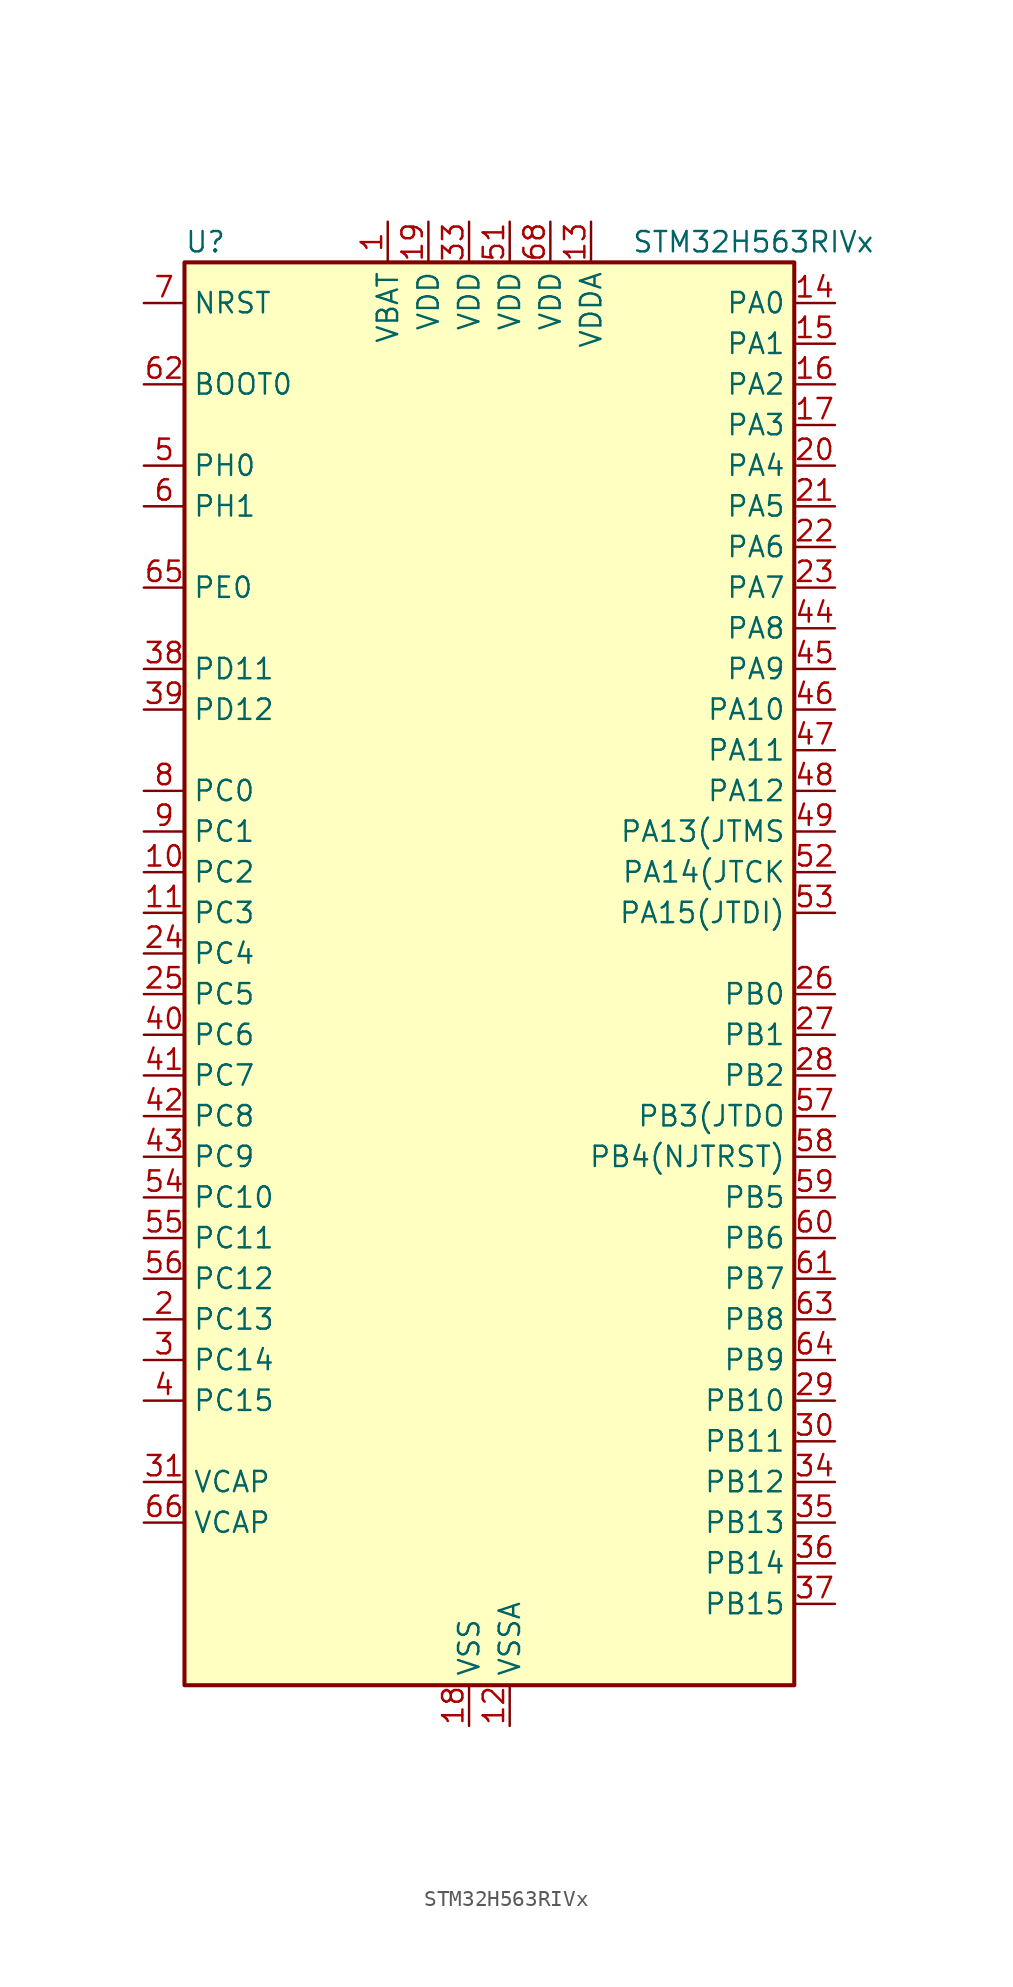
<source format=kicad_sym>
(kicad_symbol_lib
  (version 20231120)
  (generator "kicad-library-utils")
  (generator_version "8.0")
  (symbol "STM32H563RIVx"
    (property "Reference" "U"
      (at -17.78 46.99 0)
      (effects (font (size 1.27 1.27)) (justify left)))
    (property "Value" "STM32H563RIVx"
      (at 10.16 46.99 0)
      (effects (font (size 1.27 1.27)) (justify left)))
    (symbol "STM32H563RIVx_0_1"
      (rectangle (start -17.78 -43.18) (end 20.32 45.72) (stroke (width 0.254) (type default)) (fill (type background))))
    (symbol "STM32H563RIVx_1_1"
      (pin power_in line (at -5.08 48.26 270) (length 2.54) (name "VBAT" (effects (font (size 1.27 1.27)))) (number "1" (effects (font (size 1.27 1.27)))))
      (pin bidirectional line (at -20.32 7.62 0) (length 2.54) (name "PC2" (effects (font (size 1.27 1.27)))) (number "10" (effects (font (size 1.27 1.27)))) (alternate "ADC1_INN11" bidirectional line) (alternate "ADC1_INP12" bidirectional line) (alternate "ADC2_INN11" bidirectional line) (alternate "ADC2_INP12" bidirectional line) (alternate "ETH_TXD2" bidirectional line) (alternate "I2S2_SDI" bidirectional line) (alternate "OCTOSPI1_IO2" bidirectional line) (alternate "OCTOSPI1_IO5" bidirectional line) (alternate "PWR_CSLEEP" bidirectional line) (alternate "SPI2_MISO" bidirectional line) (alternate "TIM17_CH1" bidirectional line) (alternate "TIM4_CH4" bidirectional line))
      (pin bidirectional line (at -20.32 5.08 0) (length 2.54) (name "PC3" (effects (font (size 1.27 1.27)))) (number "11" (effects (font (size 1.27 1.27)))) (alternate "ADC1_INN12" bidirectional line) (alternate "ADC1_INP13" bidirectional line) (alternate "ADC2_INN12" bidirectional line) (alternate "ADC2_INP13" bidirectional line) (alternate "ETH_TX_CLK" bidirectional line) (alternate "I2S2_SDO" bidirectional line) (alternate "LPTIM3_CH1" bidirectional line) (alternate "OCTOSPI1_IO0" bidirectional line) (alternate "OCTOSPI1_IO6" bidirectional line) (alternate "PWR_CSTOP" bidirectional line) (alternate "SAI1_D3" bidirectional line) (alternate "SPI2_MOSI" bidirectional line))
      (pin power_in line (at 2.54 -45.72 90) (length 2.54) (name "VSSA" (effects (font (size 1.27 1.27)))) (number "12" (effects (font (size 1.27 1.27)))))
      (pin power_in line (at 7.62 48.26 270) (length 2.54) (name "VDDA" (effects (font (size 1.27 1.27)))) (number "13" (effects (font (size 1.27 1.27)))))
      (pin bidirectional line (at 22.86 43.18 180) (length 2.54) (name "PA0" (effects (font (size 1.27 1.27)))) (number "14" (effects (font (size 1.27 1.27)))) (alternate "ADC1_INN1" bidirectional line) (alternate "ADC1_INP0" bidirectional line) (alternate "ADC2_INN1" bidirectional line) (alternate "ADC2_INP0" bidirectional line) (alternate "ETH_CRS" bidirectional line) (alternate "PWR_WKUP1" bidirectional line) (alternate "SAI2_SD_B" bidirectional line) (alternate "SPI3_RDY" bidirectional line) (alternate "SPI6_NSS" bidirectional line) (alternate "TAMP_IN2" bidirectional line) (alternate "TAMP_OUT1" bidirectional line) (alternate "TIM15_BKIN" bidirectional line) (alternate "TIM2_CH1" bidirectional line) (alternate "TIM2_ETR" bidirectional line) (alternate "TIM5_CH1" bidirectional line) (alternate "TIM8_ETR" bidirectional line) (alternate "UART4_TX" bidirectional line) (alternate "USART2_CTS" bidirectional line) (alternate "USART2_NSS" bidirectional line))
      (pin bidirectional line (at 22.86 40.64 180) (length 2.54) (name "PA1" (effects (font (size 1.27 1.27)))) (number "15" (effects (font (size 1.27 1.27)))) (alternate "ADC1_INP1" bidirectional line) (alternate "ADC2_INP1" bidirectional line) (alternate "ETH_REF_CLK" bidirectional line) (alternate "ETH_RX_CLK" bidirectional line) (alternate "LPTIM1_IN1" bidirectional line) (alternate "OCTOSPI1_DQS" bidirectional line) (alternate "OCTOSPI1_IO3" bidirectional line) (alternate "SAI2_MCLK_B" bidirectional line) (alternate "TAMP_IN5" bidirectional line) (alternate "TAMP_OUT4" bidirectional line) (alternate "TIM15_CH1N" bidirectional line) (alternate "TIM2_CH2" bidirectional line) (alternate "TIM5_CH2" bidirectional line) (alternate "UART4_RX" bidirectional line) (alternate "USART2_RTS" bidirectional line))
      (pin bidirectional line (at 22.86 38.1 180) (length 2.54) (name "PA2" (effects (font (size 1.27 1.27)))) (number "16" (effects (font (size 1.27 1.27)))) (alternate "ADC1_INP14" bidirectional line) (alternate "ADC2_INP14" bidirectional line) (alternate "ETH_MDIO" bidirectional line) (alternate "LPTIM1_IN2" bidirectional line) (alternate "PWR_WKUP2" bidirectional line) (alternate "SAI2_SCK_B" bidirectional line) (alternate "TAMP_IN4" bidirectional line) (alternate "TAMP_OUT3" bidirectional line) (alternate "TIM15_CH1" bidirectional line) (alternate "TIM2_CH3" bidirectional line) (alternate "TIM5_CH3" bidirectional line) (alternate "USART2_TX" bidirectional line))
      (pin bidirectional line (at 22.86 35.56 180) (length 2.54) (name "PA3" (effects (font (size 1.27 1.27)))) (number "17" (effects (font (size 1.27 1.27)))) (alternate "ADC1_INP15" bidirectional line) (alternate "ADC2_INP15" bidirectional line) (alternate "ETH_COL" bidirectional line) (alternate "I2S2_WS" bidirectional line) (alternate "OCTOSPI1_CLK" bidirectional line) (alternate "SAI1_SD_B" bidirectional line) (alternate "SPI2_NSS" bidirectional line) (alternate "TIM15_CH2" bidirectional line) (alternate "TIM2_CH4" bidirectional line) (alternate "TIM5_CH4" bidirectional line) (alternate "USART2_RX" bidirectional line))
      (pin power_in line (at 0 -45.72 90) (length 2.54) (name "VSS" (effects (font (size 1.27 1.27)))) (number "18" (effects (font (size 1.27 1.27)))))
      (pin power_in line (at -2.54 48.26 270) (length 2.54) (name "VDD" (effects (font (size 1.27 1.27)))) (number "19" (effects (font (size 1.27 1.27)))))
      (pin bidirectional line (at -20.32 -20.32 0) (length 2.54) (name "PC13" (effects (font (size 1.27 1.27)))) (number "2" (effects (font (size 1.27 1.27)))) (alternate "PWR_WKUP4" bidirectional line) (alternate "RTC_OUT1" bidirectional line) (alternate "RTC_TS" bidirectional line) (alternate "TAMP_IN1" bidirectional line) (alternate "TAMP_OUT2" bidirectional line) (alternate "TAMP_OUT3" bidirectional line))
      (pin bidirectional line (at 22.86 33.02 180) (length 2.54) (name "PA4" (effects (font (size 1.27 1.27)))) (number "20" (effects (font (size 1.27 1.27)))) (alternate "ADC1_INP18" bidirectional line) (alternate "ADC2_INP18" bidirectional line) (alternate "DAC1_OUT1" bidirectional line) (alternate "DCMI_HSYNC" bidirectional line) (alternate "I2S1_WS" bidirectional line) (alternate "I2S3_WS" bidirectional line) (alternate "LPTIM2_CH1" bidirectional line) (alternate "PSSI_DE" bidirectional line) (alternate "SPI1_NSS" bidirectional line) (alternate "SPI3_NSS" bidirectional line) (alternate "SPI6_NSS" bidirectional line) (alternate "TIM5_ETR" bidirectional line) (alternate "USART2_CK" bidirectional line))
      (pin bidirectional line (at 22.86 30.48 180) (length 2.54) (name "PA5" (effects (font (size 1.27 1.27)))) (number "21" (effects (font (size 1.27 1.27)))) (alternate "ADC1_INN18" bidirectional line) (alternate "ADC1_INP19" bidirectional line) (alternate "ADC2_INN18" bidirectional line) (alternate "ADC2_INP19" bidirectional line) (alternate "DAC1_OUT2" bidirectional line) (alternate "ETH_TX_EN" bidirectional line) (alternate "I2S1_CK" bidirectional line) (alternate "PSSI_D14" bidirectional line) (alternate "SPI1_SCK" bidirectional line) (alternate "SPI6_SCK" bidirectional line) (alternate "TIM2_CH1" bidirectional line) (alternate "TIM2_ETR" bidirectional line) (alternate "TIM8_CH1N" bidirectional line))
      (pin bidirectional line (at 22.86 27.94 180) (length 2.54) (name "PA6" (effects (font (size 1.27 1.27)))) (number "22" (effects (font (size 1.27 1.27)))) (alternate "ADC1_INP3" bidirectional line) (alternate "ADC2_INP3" bidirectional line) (alternate "DCMI_PIXCLK" bidirectional line) (alternate "I2S1_SDI" bidirectional line) (alternate "OCTOSPI1_IO3" bidirectional line) (alternate "PSSI_PDCK" bidirectional line) (alternate "SPI1_MISO" bidirectional line) (alternate "SPI6_MISO" bidirectional line) (alternate "TIM13_CH1" bidirectional line) (alternate "TIM1_BKIN" bidirectional line) (alternate "TIM3_CH1" bidirectional line) (alternate "TIM8_BKIN" bidirectional line) (alternate "USART11_TX" bidirectional line))
      (pin bidirectional line (at 22.86 25.4 180) (length 2.54) (name "PA7" (effects (font (size 1.27 1.27)))) (number "23" (effects (font (size 1.27 1.27)))) (alternate "ADC1_INN3" bidirectional line) (alternate "ADC1_INP7" bidirectional line) (alternate "ADC2_INN3" bidirectional line) (alternate "ADC2_INP7" bidirectional line) (alternate "ETH_CRS_DV" bidirectional line) (alternate "ETH_RX_DV" bidirectional line) (alternate "I2S1_SDO" bidirectional line) (alternate "OCTOSPI1_IO2" bidirectional line) (alternate "SPI1_MOSI" bidirectional line) (alternate "SPI6_MOSI" bidirectional line) (alternate "TIM14_CH1" bidirectional line) (alternate "TIM1_CH1N" bidirectional line) (alternate "TIM3_CH2" bidirectional line) (alternate "TIM8_CH1N" bidirectional line) (alternate "USART11_RX" bidirectional line))
      (pin bidirectional line (at -20.32 2.54 0) (length 2.54) (name "PC4" (effects (font (size 1.27 1.27)))) (number "24" (effects (font (size 1.27 1.27)))) (alternate "ADC1_INP4" bidirectional line) (alternate "ADC2_INP4" bidirectional line) (alternate "ETH_RXD0" bidirectional line) (alternate "I2S1_MCK" bidirectional line) (alternate "LPTIM2_ETR" bidirectional line) (alternate "SAI1_CK1" bidirectional line) (alternate "TIM2_CH4" bidirectional line) (alternate "USART3_RX" bidirectional line))
      (pin bidirectional line (at -20.32 0 0) (length 2.54) (name "PC5" (effects (font (size 1.27 1.27)))) (number "25" (effects (font (size 1.27 1.27)))) (alternate "ADC1_INN4" bidirectional line) (alternate "ADC1_INP8" bidirectional line) (alternate "ADC2_INN4" bidirectional line) (alternate "ADC2_INP8" bidirectional line) (alternate "ETH_RXD1" bidirectional line) (alternate "OCTOSPI1_DQS" bidirectional line) (alternate "PSSI_D15" bidirectional line) (alternate "SAI1_D3" bidirectional line) (alternate "SAI1_FS_A" bidirectional line) (alternate "TIM1_CH4N" bidirectional line))
      (pin bidirectional line (at 22.86 0 180) (length 2.54) (name "PB0" (effects (font (size 1.27 1.27)))) (number "26" (effects (font (size 1.27 1.27)))) (alternate "ADC1_INN5" bidirectional line) (alternate "ADC1_INP9" bidirectional line) (alternate "ADC2_INN5" bidirectional line) (alternate "ADC2_INP9" bidirectional line) (alternate "ETH_RXD2" bidirectional line) (alternate "LPTIM3_CH1" bidirectional line) (alternate "OCTOSPI1_IO1" bidirectional line) (alternate "TIM1_CH2N" bidirectional line) (alternate "TIM3_CH3" bidirectional line) (alternate "TIM8_CH2N" bidirectional line) (alternate "UART4_CTS" bidirectional line) (alternate "USART11_CK" bidirectional line))
      (pin bidirectional line (at 22.86 -2.54 180) (length 2.54) (name "PB1" (effects (font (size 1.27 1.27)))) (number "27" (effects (font (size 1.27 1.27)))) (alternate "ADC1_INP5" bidirectional line) (alternate "ADC2_INP5" bidirectional line) (alternate "ETH_RXD3" bidirectional line) (alternate "LPTIM3_CH2" bidirectional line) (alternate "OCTOSPI1_IO0" bidirectional line) (alternate "TIM1_CH3N" bidirectional line) (alternate "TIM3_CH4" bidirectional line) (alternate "TIM8_CH3N" bidirectional line))
      (pin bidirectional line (at 22.86 -5.08 180) (length 2.54) (name "PB2" (effects (font (size 1.27 1.27)))) (number "28" (effects (font (size 1.27 1.27)))) (alternate "I2S3_SDO" bidirectional line) (alternate "LPTIM1_CH1" bidirectional line) (alternate "LPTIM5_ETR" bidirectional line) (alternate "OCTOSPI1_CLK" bidirectional line) (alternate "OCTOSPI1_DQS" bidirectional line) (alternate "RCC_LSCO" bidirectional line) (alternate "RTC_OUT2" bidirectional line) (alternate "SAI1_D1" bidirectional line) (alternate "SAI1_SD_A" bidirectional line) (alternate "SDMMC1_CMD" bidirectional line) (alternate "SPI1_RDY" bidirectional line) (alternate "SPI3_MOSI" bidirectional line) (alternate "TIM8_CH4N" bidirectional line))
      (pin bidirectional line (at 22.86 -25.4 180) (length 2.54) (name "PB10" (effects (font (size 1.27 1.27)))) (number "29" (effects (font (size 1.27 1.27)))) (alternate "ETH_RX_ER" bidirectional line) (alternate "I2C2_SCL" bidirectional line) (alternate "I2S2_CK" bidirectional line) (alternate "LPTIM2_IN1" bidirectional line) (alternate "LPTIM3_CH1" bidirectional line) (alternate "OCTOSPI1_NCS" bidirectional line) (alternate "SPI2_SCK" bidirectional line) (alternate "TIM2_CH3" bidirectional line) (alternate "USART3_TX" bidirectional line))
      (pin bidirectional line (at -20.32 -22.86 0) (length 2.54) (name "PC14" (effects (font (size 1.27 1.27)))) (number "3" (effects (font (size 1.27 1.27)))) (alternate "RCC_OSC32_IN" bidirectional line))
      (pin bidirectional line (at 22.86 -27.94 180) (length 2.54) (name "PB11" (effects (font (size 1.27 1.27)))) (number "30" (effects (font (size 1.27 1.27)))) (alternate "ADC1_EXTI11" bidirectional line) (alternate "ADC2_EXTI11" bidirectional line) (alternate "ETH_TX_EN" bidirectional line) (alternate "I2C2_SDA" bidirectional line) (alternate "LPTIM2_ETR" bidirectional line) (alternate "SPI2_RDY" bidirectional line) (alternate "TIM2_CH4" bidirectional line) (alternate "USART3_RX" bidirectional line))
      (pin power_out line (at -20.32 -30.48 0) (length 2.54) (name "VCAP" (effects (font (size 1.27 1.27)))) (number "31" (effects (font (size 1.27 1.27)))))
      (pin passive line (at 0 -45.72 90) (length 2.54) hide (name "VSS" (effects (font (size 1.27 1.27)))) (number "32" (effects (font (size 1.27 1.27)))))
      (pin power_in line (at 0 48.26 270) (length 2.54) (name "VDD" (effects (font (size 1.27 1.27)))) (number "33" (effects (font (size 1.27 1.27)))))
      (pin bidirectional line (at 22.86 -30.48 180) (length 2.54) (name "PB12" (effects (font (size 1.27 1.27)))) (number "34" (effects (font (size 1.27 1.27)))) (alternate "ETH_TXD0" bidirectional line) (alternate "FDCAN2_RX" bidirectional line) (alternate "I2C2_SDA" bidirectional line) (alternate "I2S2_WS" bidirectional line) (alternate "OCTOSPI1_NCLK" bidirectional line) (alternate "SPI2_NSS" bidirectional line) (alternate "TIM1_BKIN" bidirectional line) (alternate "UART5_RX" bidirectional line) (alternate "UCPD1_FRSTX" bidirectional line) (alternate "USART3_CK" bidirectional line))
      (pin bidirectional line (at 22.86 -33.02 180) (length 2.54) (name "PB13" (effects (font (size 1.27 1.27)))) (number "35" (effects (font (size 1.27 1.27)))) (alternate "FDCAN2_TX" bidirectional line) (alternate "I2C2_SMBA" bidirectional line) (alternate "I2S2_CK" bidirectional line) (alternate "LPTIM2_CH1" bidirectional line) (alternate "LPTIM3_IN1" bidirectional line) (alternate "SDMMC1_D0" bidirectional line) (alternate "SPI2_SCK" bidirectional line) (alternate "TIM1_CH1N" bidirectional line) (alternate "UART5_TX" bidirectional line) (alternate "UCPD1_CC1" bidirectional line) (alternate "USART3_CTS" bidirectional line) (alternate "USART3_NSS" bidirectional line))
      (pin bidirectional line (at 22.86 -35.56 180) (length 2.54) (name "PB14" (effects (font (size 1.27 1.27)))) (number "36" (effects (font (size 1.27 1.27)))) (alternate "I2S2_SDI" bidirectional line) (alternate "LPTIM3_ETR" bidirectional line) (alternate "SPI2_MISO" bidirectional line) (alternate "TIM12_CH1" bidirectional line) (alternate "TIM1_CH2N" bidirectional line) (alternate "TIM8_CH2N" bidirectional line) (alternate "UART4_DE" bidirectional line) (alternate "UART4_RTS" bidirectional line) (alternate "UCPD1_CC2" bidirectional line) (alternate "USART1_TX" bidirectional line) (alternate "USART3_RTS" bidirectional line))
      (pin bidirectional line (at 22.86 -38.1 180) (length 2.54) (name "PB15" (effects (font (size 1.27 1.27)))) (number "37" (effects (font (size 1.27 1.27)))) (alternate "ADC1_EXTI15" bidirectional line) (alternate "ADC2_EXTI15" bidirectional line) (alternate "DCMI_D2" bidirectional line) (alternate "ETH_TXD1" bidirectional line) (alternate "I2S2_SDO" bidirectional line) (alternate "OCTOSPI1_CLK" bidirectional line) (alternate "PSSI_D2" bidirectional line) (alternate "PWR_PVD_IN" bidirectional line) (alternate "RTC_REFIN" bidirectional line) (alternate "SPI2_MOSI" bidirectional line) (alternate "TIM12_CH2" bidirectional line) (alternate "TIM1_CH3N" bidirectional line) (alternate "TIM8_CH3N" bidirectional line) (alternate "UART4_CTS" bidirectional line) (alternate "UART5_RX" bidirectional line) (alternate "USART11_CTS" bidirectional line) (alternate "USART11_NSS" bidirectional line) (alternate "USART1_RX" bidirectional line))
      (pin bidirectional line (at -20.32 20.32 0) (length 2.54) (name "PD11" (effects (font (size 1.27 1.27)))) (number "38" (effects (font (size 1.27 1.27)))) (alternate "ADC1_EXTI11" bidirectional line) (alternate "ADC2_EXTI11" bidirectional line) (alternate "I2C4_SMBA" bidirectional line) (alternate "LPTIM2_IN2" bidirectional line) (alternate "OCTOSPI1_IO0" bidirectional line) (alternate "SAI1_CK1" bidirectional line) (alternate "SAI2_SD_A" bidirectional line) (alternate "UART4_RX" bidirectional line) (alternate "USART3_CTS" bidirectional line) (alternate "USART3_NSS" bidirectional line))
      (pin bidirectional line (at -20.32 17.78 0) (length 2.54) (name "PD12" (effects (font (size 1.27 1.27)))) (number "39" (effects (font (size 1.27 1.27)))) (alternate "DCMI_D12" bidirectional line) (alternate "I2C4_SCL" bidirectional line) (alternate "I3C1_SCL" bidirectional line) (alternate "LPTIM1_IN1" bidirectional line) (alternate "LPTIM2_IN1" bidirectional line) (alternate "OCTOSPI1_IO1" bidirectional line) (alternate "PSSI_D12" bidirectional line) (alternate "SAI1_D1" bidirectional line) (alternate "SAI2_FS_A" bidirectional line) (alternate "TIM4_CH1" bidirectional line) (alternate "UART4_TX" bidirectional line) (alternate "USART3_RTS" bidirectional line))
      (pin bidirectional line (at -20.32 -25.4 0) (length 2.54) (name "PC15" (effects (font (size 1.27 1.27)))) (number "4" (effects (font (size 1.27 1.27)))) (alternate "ADC1_EXTI15" bidirectional line) (alternate "ADC2_EXTI15" bidirectional line) (alternate "RCC_OSC32_OUT" bidirectional line))
      (pin bidirectional line (at -20.32 -2.54 0) (length 2.54) (name "PC6" (effects (font (size 1.27 1.27)))) (number "40" (effects (font (size 1.27 1.27)))) (alternate "DCMI_D0" bidirectional line) (alternate "I2S2_MCK" bidirectional line) (alternate "OCTOSPI1_IO5" bidirectional line) (alternate "PSSI_D0" bidirectional line) (alternate "SAI1_SCK_A" bidirectional line) (alternate "SDMMC1_D0DIR" bidirectional line) (alternate "SDMMC1_D6" bidirectional line) (alternate "TIM3_CH1" bidirectional line) (alternate "TIM8_CH1" bidirectional line) (alternate "USART6_TX" bidirectional line))
      (pin bidirectional line (at -20.32 -5.08 0) (length 2.54) (name "PC7" (effects (font (size 1.27 1.27)))) (number "41" (effects (font (size 1.27 1.27)))) (alternate "DCMI_D1" bidirectional line) (alternate "DEBUG_TRGIO" bidirectional line) (alternate "I2S3_MCK" bidirectional line) (alternate "OCTOSPI1_IO6" bidirectional line) (alternate "PSSI_D1" bidirectional line) (alternate "SDMMC1_D123DIR" bidirectional line) (alternate "SDMMC1_D7" bidirectional line) (alternate "TIM3_CH2" bidirectional line) (alternate "TIM8_CH2" bidirectional line) (alternate "USART6_RX" bidirectional line))
      (pin bidirectional line (at -20.32 -7.62 0) (length 2.54) (name "PC8" (effects (font (size 1.27 1.27)))) (number "42" (effects (font (size 1.27 1.27)))) (alternate "DCMI_D2" bidirectional line) (alternate "DEBUG_TRACED1" bidirectional line) (alternate "PSSI_D2" bidirectional line) (alternate "SDMMC1_D0" bidirectional line) (alternate "TIM3_CH3" bidirectional line) (alternate "TIM8_CH3" bidirectional line) (alternate "UART5_DE" bidirectional line) (alternate "UART5_RTS" bidirectional line) (alternate "USART6_CK" bidirectional line))
      (pin bidirectional line (at -20.32 -10.16 0) (length 2.54) (name "PC9" (effects (font (size 1.27 1.27)))) (number "43" (effects (font (size 1.27 1.27)))) (alternate "AUDIOCLK" bidirectional line) (alternate "DAC1_EXTI9" bidirectional line) (alternate "DCMI_D3" bidirectional line) (alternate "I2C3_SDA" bidirectional line) (alternate "OCTOSPI1_IO0" bidirectional line) (alternate "PSSI_D3" bidirectional line) (alternate "RCC_MCO_2" bidirectional line) (alternate "SDMMC1_D1" bidirectional line) (alternate "TIM3_CH4" bidirectional line) (alternate "TIM8_CH4" bidirectional line) (alternate "UART5_CTS" bidirectional line) (alternate "UCPD1_DB2" bidirectional line))
      (pin bidirectional line (at 22.86 22.86 180) (length 2.54) (name "PA8" (effects (font (size 1.27 1.27)))) (number "44" (effects (font (size 1.27 1.27)))) (alternate "DCMI_D3" bidirectional line) (alternate "I2C3_SCL" bidirectional line) (alternate "PSSI_D3" bidirectional line) (alternate "RCC_MCO_1" bidirectional line) (alternate "SPI1_RDY" bidirectional line) (alternate "TIM1_CH1" bidirectional line) (alternate "TIM8_BKIN2" bidirectional line) (alternate "UART7_RX" bidirectional line) (alternate "USART1_CK" bidirectional line) (alternate "USB_SOF" bidirectional line))
      (pin bidirectional line (at 22.86 20.32 180) (length 2.54) (name "PA9" (effects (font (size 1.27 1.27)))) (number "45" (effects (font (size 1.27 1.27)))) (alternate "DAC1_EXTI9" bidirectional line) (alternate "DCMI_D0" bidirectional line) (alternate "ETH_TX_ER" bidirectional line) (alternate "I2C3_SMBA" bidirectional line) (alternate "I2S2_CK" bidirectional line) (alternate "LPUART1_TX" bidirectional line) (alternate "PSSI_D0" bidirectional line) (alternate "SPI2_SCK" bidirectional line) (alternate "TIM1_CH2" bidirectional line) (alternate "UCPD1_DB1" bidirectional line) (alternate "USART1_TX" bidirectional line))
      (pin bidirectional line (at 22.86 17.78 180) (length 2.54) (name "PA10" (effects (font (size 1.27 1.27)))) (number "46" (effects (font (size 1.27 1.27)))) (alternate "DCMI_D1" bidirectional line) (alternate "FDCAN2_TX" bidirectional line) (alternate "LPTIM2_IN2" bidirectional line) (alternate "LPUART1_RX" bidirectional line) (alternate "PSSI_D1" bidirectional line) (alternate "SDMMC1_D0" bidirectional line) (alternate "TIM1_CH3" bidirectional line) (alternate "UCPD1_FRSTX" bidirectional line) (alternate "USART1_RX" bidirectional line))
      (pin bidirectional line (at 22.86 15.24 180) (length 2.54) (name "PA11" (effects (font (size 1.27 1.27)))) (number "47" (effects (font (size 1.27 1.27)))) (alternate "ADC1_EXTI11" bidirectional line) (alternate "ADC2_EXTI11" bidirectional line) (alternate "FDCAN1_RX" bidirectional line) (alternate "I2S2_WS" bidirectional line) (alternate "LPUART1_CTS" bidirectional line) (alternate "SPI2_NSS" bidirectional line) (alternate "TIM1_CH4" bidirectional line) (alternate "UART4_RX" bidirectional line) (alternate "USART1_CTS" bidirectional line) (alternate "USART1_NSS" bidirectional line) (alternate "USB_DM" bidirectional line))
      (pin bidirectional line (at 22.86 12.7 180) (length 2.54) (name "PA12" (effects (font (size 1.27 1.27)))) (number "48" (effects (font (size 1.27 1.27)))) (alternate "FDCAN1_TX" bidirectional line) (alternate "I2S2_CK" bidirectional line) (alternate "LPUART1_RTS" bidirectional line) (alternate "SAI2_FS_B" bidirectional line) (alternate "SPI2_SCK" bidirectional line) (alternate "TIM1_ETR" bidirectional line) (alternate "UART4_TX" bidirectional line) (alternate "USART1_RTS" bidirectional line) (alternate "USB_DP" bidirectional line))
      (pin bidirectional line (at 22.86 10.16 180) (length 2.54) (name "PA13(JTMS" (effects (font (size 1.27 1.27)))) (number "49" (effects (font (size 1.27 1.27)))) (alternate "DEBUG_JTMS-SWDIO" bidirectional line))
      (pin bidirectional line (at -20.32 33.02 0) (length 2.54) (name "PH0" (effects (font (size 1.27 1.27)))) (number "5" (effects (font (size 1.27 1.27)))) (alternate "RCC_OSC_IN" bidirectional line))
      (pin passive line (at 0 -45.72 90) (length 2.54) hide (name "VSS" (effects (font (size 1.27 1.27)))) (number "50" (effects (font (size 1.27 1.27)))))
      (pin power_in line (at 2.54 48.26 270) (length 2.54) (name "VDD" (effects (font (size 1.27 1.27)))) (number "51" (effects (font (size 1.27 1.27)))))
      (pin bidirectional line (at 22.86 7.62 180) (length 2.54) (name "PA14(JTCK" (effects (font (size 1.27 1.27)))) (number "52" (effects (font (size 1.27 1.27)))) (alternate "DEBUG_JTCK-SWCLK" bidirectional line))
      (pin bidirectional line (at 22.86 5.08 180) (length 2.54) (name "PA15(JTDI)" (effects (font (size 1.27 1.27)))) (number "53" (effects (font (size 1.27 1.27)))) (alternate "ADC1_EXTI15" bidirectional line) (alternate "ADC2_EXTI15" bidirectional line) (alternate "CEC" bidirectional line) (alternate "DCMI_D11" bidirectional line) (alternate "DEBUG_JTDI" bidirectional line) (alternate "I2S1_WS" bidirectional line) (alternate "I2S3_WS" bidirectional line) (alternate "LPTIM3_IN2" bidirectional line) (alternate "PSSI_D11" bidirectional line) (alternate "SPI1_NSS" bidirectional line) (alternate "SPI3_NSS" bidirectional line) (alternate "SPI6_NSS" bidirectional line) (alternate "TIM2_CH1" bidirectional line) (alternate "TIM2_ETR" bidirectional line) (alternate "UART4_DE" bidirectional line) (alternate "UART4_RTS" bidirectional line) (alternate "UART7_TX" bidirectional line))
      (pin bidirectional line (at -20.32 -12.7 0) (length 2.54) (name "PC10" (effects (font (size 1.27 1.27)))) (number "54" (effects (font (size 1.27 1.27)))) (alternate "DCMI_D8" bidirectional line) (alternate "ETH_TXD0" bidirectional line) (alternate "I2S3_CK" bidirectional line) (alternate "LPTIM3_ETR" bidirectional line) (alternate "OCTOSPI1_IO1" bidirectional line) (alternate "PSSI_D8" bidirectional line) (alternate "SDMMC1_D2" bidirectional line) (alternate "SPI3_SCK" bidirectional line) (alternate "UART4_TX" bidirectional line) (alternate "USART3_TX" bidirectional line))
      (pin bidirectional line (at -20.32 -15.24 0) (length 2.54) (name "PC11" (effects (font (size 1.27 1.27)))) (number "55" (effects (font (size 1.27 1.27)))) (alternate "ADC1_EXTI11" bidirectional line) (alternate "ADC2_EXTI11" bidirectional line) (alternate "DCMI_D4" bidirectional line) (alternate "I2S3_SDI" bidirectional line) (alternate "LPTIM3_IN1" bidirectional line) (alternate "OCTOSPI1_NCS" bidirectional line) (alternate "PSSI_D4" bidirectional line) (alternate "SDMMC1_D3" bidirectional line) (alternate "SPI3_MISO" bidirectional line) (alternate "UART4_RX" bidirectional line) (alternate "USART3_RX" bidirectional line))
      (pin bidirectional line (at -20.32 -17.78 0) (length 2.54) (name "PC12" (effects (font (size 1.27 1.27)))) (number "56" (effects (font (size 1.27 1.27)))) (alternate "DCMI_D9" bidirectional line) (alternate "DEBUG_TRACED3" bidirectional line) (alternate "I2S3_SDO" bidirectional line) (alternate "PSSI_D9" bidirectional line) (alternate "SDMMC1_CK" bidirectional line) (alternate "SPI3_MOSI" bidirectional line) (alternate "SPI6_SCK" bidirectional line) (alternate "TIM15_CH1" bidirectional line) (alternate "UART5_TX" bidirectional line) (alternate "USART3_CK" bidirectional line))
      (pin bidirectional line (at 22.86 -7.62 180) (length 2.54) (name "PB3(JTDO" (effects (font (size 1.27 1.27)))) (number "57" (effects (font (size 1.27 1.27)))) (alternate "CRS_SYNC" bidirectional line) (alternate "DEBUG_JTDO-SWO" bidirectional line) (alternate "I2C2_SDA" bidirectional line) (alternate "I2S1_CK" bidirectional line) (alternate "I2S3_CK" bidirectional line) (alternate "LPTIM6_ETR" bidirectional line) (alternate "SPI1_SCK" bidirectional line) (alternate "SPI3_SCK" bidirectional line) (alternate "SPI6_SCK" bidirectional line) (alternate "TIM2_CH2" bidirectional line) (alternate "UART7_RX" bidirectional line))
      (pin bidirectional line (at 22.86 -10.16 180) (length 2.54) (name "PB4(NJTRST)" (effects (font (size 1.27 1.27)))) (number "58" (effects (font (size 1.27 1.27)))) (alternate "DCMI_D7" bidirectional line) (alternate "DEBUG_JTRST" bidirectional line) (alternate "I2S1_SDI" bidirectional line) (alternate "I2S2_WS" bidirectional line) (alternate "I2S3_SDI" bidirectional line) (alternate "LPTIM1_CH2" bidirectional line) (alternate "OCTOSPI1_CLK" bidirectional line) (alternate "PSSI_D7" bidirectional line) (alternate "SPI1_MISO" bidirectional line) (alternate "SPI2_NSS" bidirectional line) (alternate "SPI3_MISO" bidirectional line) (alternate "SPI6_MISO" bidirectional line) (alternate "TIM16_BKIN" bidirectional line) (alternate "TIM3_CH1" bidirectional line) (alternate "UART7_TX" bidirectional line))
      (pin bidirectional line (at 22.86 -12.7 180) (length 2.54) (name "PB5" (effects (font (size 1.27 1.27)))) (number "59" (effects (font (size 1.27 1.27)))) (alternate "DCMI_D10" bidirectional line) (alternate "ETH_PPS_OUT" bidirectional line) (alternate "FDCAN2_RX" bidirectional line) (alternate "I2C1_SMBA" bidirectional line) (alternate "I2C4_SMBA" bidirectional line) (alternate "I2S1_SDO" bidirectional line) (alternate "I2S3_SDO" bidirectional line) (alternate "OCTOSPI1_NCLK" bidirectional line) (alternate "PSSI_D10" bidirectional line) (alternate "SPI1_MOSI" bidirectional line) (alternate "SPI3_MOSI" bidirectional line) (alternate "SPI6_MOSI" bidirectional line) (alternate "TIM17_BKIN" bidirectional line) (alternate "TIM3_CH2" bidirectional line) (alternate "UART5_RX" bidirectional line))
      (pin bidirectional line (at -20.32 30.48 0) (length 2.54) (name "PH1" (effects (font (size 1.27 1.27)))) (number "6" (effects (font (size 1.27 1.27)))) (alternate "RCC_OSC_OUT" bidirectional line))
      (pin bidirectional line (at 22.86 -15.24 180) (length 2.54) (name "PB6" (effects (font (size 1.27 1.27)))) (number "60" (effects (font (size 1.27 1.27)))) (alternate "CEC" bidirectional line) (alternate "DCMI_D5" bidirectional line) (alternate "FDCAN2_TX" bidirectional line) (alternate "I2C1_SCL" bidirectional line) (alternate "I2C4_SCL" bidirectional line) (alternate "I3C1_SCL" bidirectional line) (alternate "LPUART1_TX" bidirectional line) (alternate "OCTOSPI1_NCS" bidirectional line) (alternate "PSSI_D5" bidirectional line) (alternate "TIM16_CH1N" bidirectional line) (alternate "TIM4_CH1" bidirectional line) (alternate "UART5_TX" bidirectional line) (alternate "USART1_TX" bidirectional line))
      (pin bidirectional line (at 22.86 -17.78 180) (length 2.54) (name "PB7" (effects (font (size 1.27 1.27)))) (number "61" (effects (font (size 1.27 1.27)))) (alternate "DCMI_VSYNC" bidirectional line) (alternate "FDCAN1_TX" bidirectional line) (alternate "I2C1_SDA" bidirectional line) (alternate "I2C4_SDA" bidirectional line) (alternate "I3C1_SDA" bidirectional line) (alternate "LPUART1_RX" bidirectional line) (alternate "PSSI_RDY" bidirectional line) (alternate "PWR_WKUP5" bidirectional line) (alternate "TIM17_CH1N" bidirectional line) (alternate "TIM4_CH2" bidirectional line) (alternate "USART1_RX" bidirectional line))
      (pin input line (at -20.32 38.1 0) (length 2.54) (name "BOOT0" (effects (font (size 1.27 1.27)))) (number "62" (effects (font (size 1.27 1.27)))))
      (pin bidirectional line (at 22.86 -20.32 180) (length 2.54) (name "PB8" (effects (font (size 1.27 1.27)))) (number "63" (effects (font (size 1.27 1.27)))) (alternate "DCMI_D6" bidirectional line) (alternate "ETH_TXD3" bidirectional line) (alternate "FDCAN1_RX" bidirectional line) (alternate "I2C1_SCL" bidirectional line) (alternate "I2C4_SCL" bidirectional line) (alternate "I3C1_SCL" bidirectional line) (alternate "PSSI_D6" bidirectional line) (alternate "SDMMC1_CKIN" bidirectional line) (alternate "SDMMC1_D4" bidirectional line) (alternate "TIM16_CH1" bidirectional line) (alternate "TIM4_CH3" bidirectional line) (alternate "UART4_RX" bidirectional line))
      (pin bidirectional line (at 22.86 -22.86 180) (length 2.54) (name "PB9" (effects (font (size 1.27 1.27)))) (number "64" (effects (font (size 1.27 1.27)))) (alternate "DAC1_EXTI9" bidirectional line) (alternate "DCMI_D7" bidirectional line) (alternate "FDCAN1_TX" bidirectional line) (alternate "I2C1_SDA" bidirectional line) (alternate "I2C4_SDA" bidirectional line) (alternate "I2S2_WS" bidirectional line) (alternate "I3C1_SDA" bidirectional line) (alternate "PSSI_D7" bidirectional line) (alternate "SDMMC1_CDIR" bidirectional line) (alternate "SDMMC1_D5" bidirectional line) (alternate "SPI2_NSS" bidirectional line) (alternate "TIM17_CH1" bidirectional line) (alternate "TIM4_CH4" bidirectional line) (alternate "UART4_TX" bidirectional line))
      (pin bidirectional line (at -20.32 25.4 0) (length 2.54) (name "PE0" (effects (font (size 1.27 1.27)))) (number "65" (effects (font (size 1.27 1.27)))) (alternate "DCMI_D2" bidirectional line) (alternate "FDCAN1_RX" bidirectional line) (alternate "LPTIM1_ETR" bidirectional line) (alternate "LPTIM2_CH2" bidirectional line) (alternate "LPTIM2_ETR" bidirectional line) (alternate "PSSI_D2" bidirectional line) (alternate "SAI2_MCLK_A" bidirectional line) (alternate "SPI3_RDY" bidirectional line) (alternate "TIM4_ETR" bidirectional line))
      (pin power_out line (at -20.32 -33.02 0) (length 2.54) (name "VCAP" (effects (font (size 1.27 1.27)))) (number "66" (effects (font (size 1.27 1.27)))))
      (pin passive line (at 0 -45.72 90) (length 2.54) hide (name "VSS" (effects (font (size 1.27 1.27)))) (number "67" (effects (font (size 1.27 1.27)))))
      (pin power_in line (at 5.08 48.26 270) (length 2.54) (name "VDD" (effects (font (size 1.27 1.27)))) (number "68" (effects (font (size 1.27 1.27)))))
      (pin passive line (at 0 -45.72 90) (length 2.54) hide (name "VSS" (effects (font (size 1.27 1.27)))) (number "69" (effects (font (size 1.27 1.27)))))
      (pin input line (at -20.32 43.18 0) (length 2.54) (name "NRST" (effects (font (size 1.27 1.27)))) (number "7" (effects (font (size 1.27 1.27)))))
      (pin bidirectional line (at -20.32 12.7 0) (length 2.54) (name "PC0" (effects (font (size 1.27 1.27)))) (number "8" (effects (font (size 1.27 1.27)))) (alternate "ADC1_INP10" bidirectional line) (alternate "ADC2_INP10" bidirectional line) (alternate "OCTOSPI1_IO7" bidirectional line) (alternate "SAI1_MCLK_A" bidirectional line) (alternate "SAI2_FS_B" bidirectional line) (alternate "SPI2_RDY" bidirectional line) (alternate "TIM16_BKIN" bidirectional line))
      (pin bidirectional line (at -20.32 10.16 0) (length 2.54) (name "PC1" (effects (font (size 1.27 1.27)))) (number "9" (effects (font (size 1.27 1.27)))) (alternate "ADC1_INN10" bidirectional line) (alternate "ADC1_INP11" bidirectional line) (alternate "ADC2_INN10" bidirectional line) (alternate "ADC2_INP11" bidirectional line) (alternate "DEBUG_TRACED0" bidirectional line) (alternate "ETH_MDC" bidirectional line) (alternate "I2S2_SDO" bidirectional line) (alternate "OCTOSPI1_IO4" bidirectional line) (alternate "PWR_WKUP6" bidirectional line) (alternate "SAI1_D1" bidirectional line) (alternate "SAI1_SD_A" bidirectional line) (alternate "SAI2_SD_A" bidirectional line) (alternate "SPI2_MOSI" bidirectional line) (alternate "TAMP_IN3" bidirectional line) (alternate "TAMP_OUT5" bidirectional line) (alternate "USART11_RTS" bidirectional line)))))
</source>
